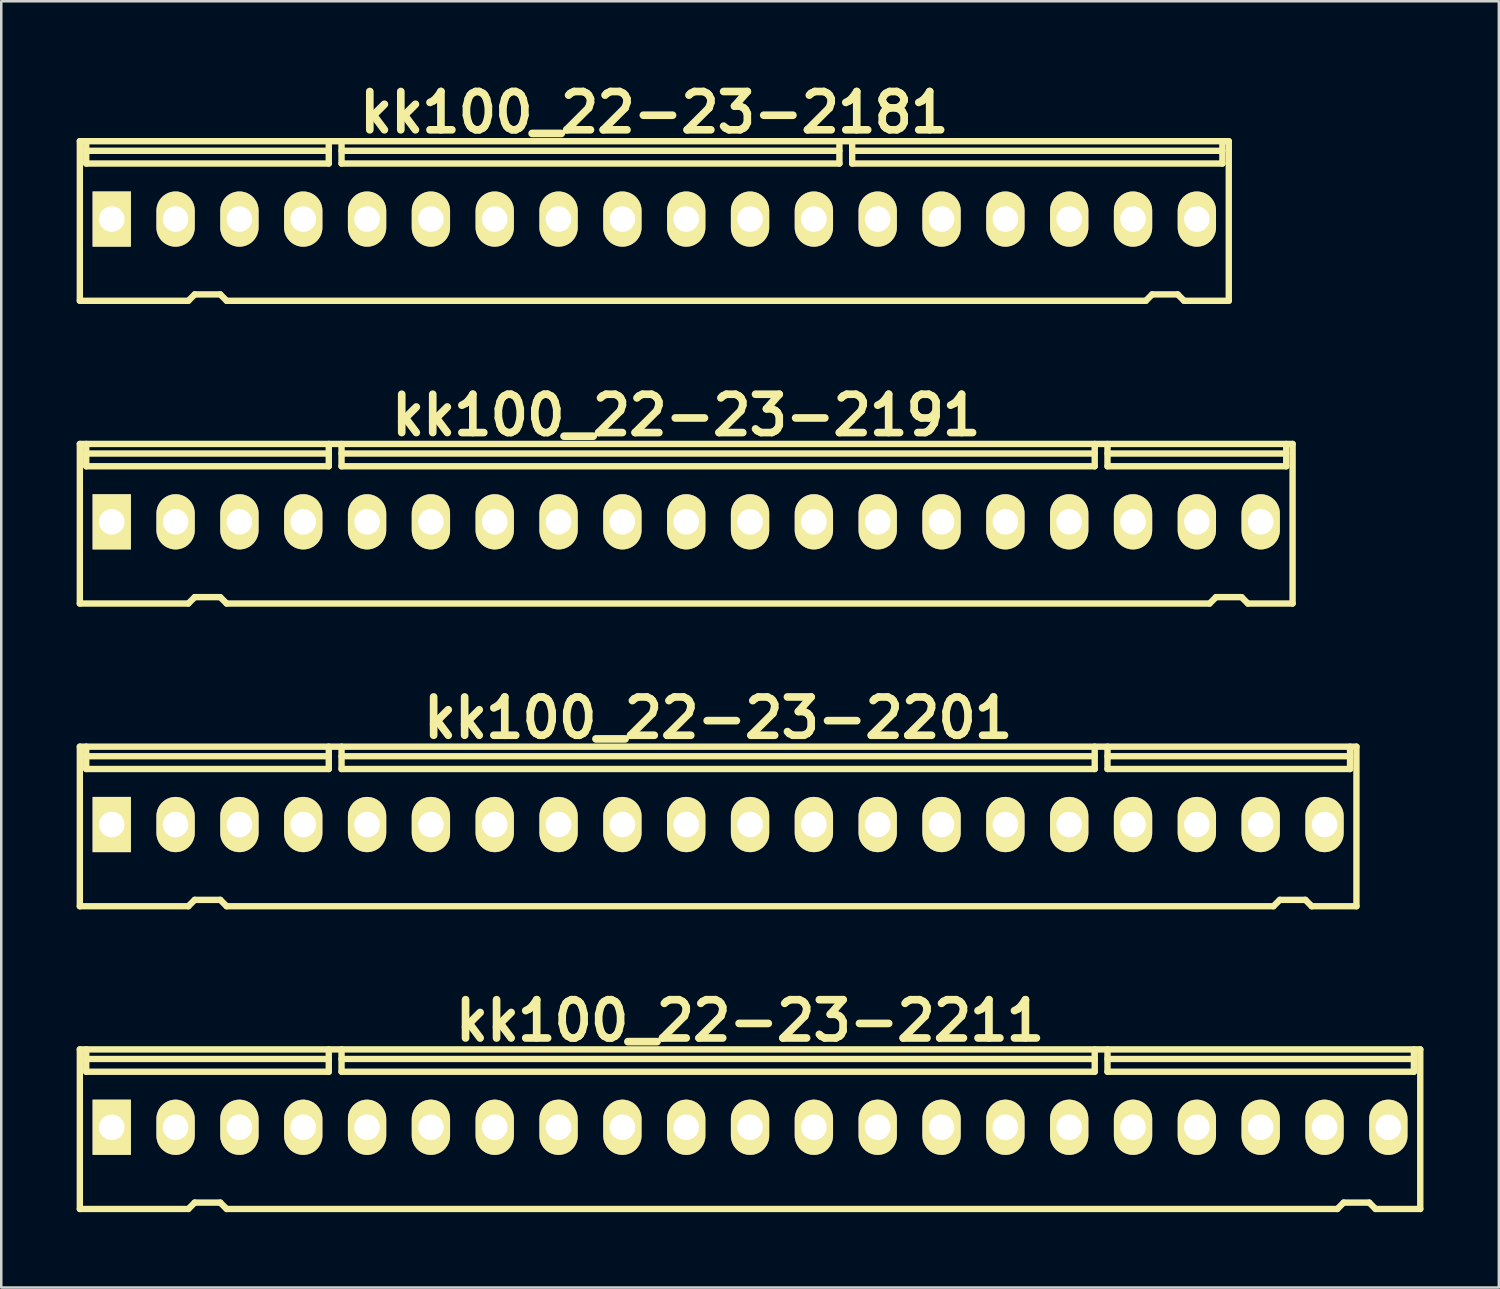
<source format=kicad_pcb>
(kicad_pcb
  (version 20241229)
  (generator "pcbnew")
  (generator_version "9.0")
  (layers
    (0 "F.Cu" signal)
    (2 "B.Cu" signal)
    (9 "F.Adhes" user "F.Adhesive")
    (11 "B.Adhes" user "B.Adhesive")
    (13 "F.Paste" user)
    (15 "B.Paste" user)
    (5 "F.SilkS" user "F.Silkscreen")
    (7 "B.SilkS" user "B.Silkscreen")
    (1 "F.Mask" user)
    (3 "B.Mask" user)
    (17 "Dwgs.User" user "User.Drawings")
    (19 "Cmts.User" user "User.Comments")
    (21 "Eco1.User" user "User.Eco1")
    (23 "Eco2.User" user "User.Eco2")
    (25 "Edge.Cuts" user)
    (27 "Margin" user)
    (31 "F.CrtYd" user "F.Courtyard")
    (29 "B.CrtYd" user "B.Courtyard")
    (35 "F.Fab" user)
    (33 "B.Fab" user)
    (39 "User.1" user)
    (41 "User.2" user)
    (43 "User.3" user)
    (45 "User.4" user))
  (footprint "kk100_22-23-2191"
    (layer "F.Cu")
    (at 24.257 17.791)
    (property "Reference" "kk100_22-23-2191" (at 0 -4.318 0) (layer "F.SilkS") (effects (font (size 1.524 1.524) (thickness 0.305))))
    (attr through_hole)
    (fp_line (start -24.13 3.175) (end -24.13 -3.175) (stroke (width 0.254) (type solid)) (layer "F.SilkS"))
    (fp_line (start -23.876 -2.286) (end -23.876 -3.175) (stroke (width 0.254) (type solid)) (layer "F.SilkS"))
    (fp_line (start -19.812 3.175) (end -24.13 3.175) (stroke (width 0.254) (type solid)) (layer "F.SilkS"))
    (fp_line (start -19.558 2.921) (end -19.812 3.175) (stroke (width 0.254) (type solid)) (layer "F.SilkS"))
    (fp_line (start -19.558 2.921) (end -18.542 2.921) (stroke (width 0.254) (type solid)) (layer "F.SilkS"))
    (fp_line (start -18.542 2.921) (end -18.288 3.175) (stroke (width 0.254) (type solid)) (layer "F.SilkS"))
    (fp_line (start -18.288 3.175) (end 20.828 3.175) (stroke (width 0.254) (type solid)) (layer "F.SilkS"))
    (fp_line (start -14.224 -2.794) (end -23.876 -2.794) (stroke (width 0.254) (type solid)) (layer "F.SilkS"))
    (fp_line (start -14.224 -2.286) (end -23.876 -2.286) (stroke (width 0.254) (type solid)) (layer "F.SilkS"))
    (fp_line (start -14.224 -2.286) (end -14.224 -3.175) (stroke (width 0.254) (type solid)) (layer "F.SilkS"))
    (fp_line (start -13.716 -2.286) (end -13.716 -3.175) (stroke (width 0.254) (type solid)) (layer "F.SilkS"))
    (fp_line (start -13.716 -2.286) (end 16.256 -2.286) (stroke (width 0.254) (type solid)) (layer "F.SilkS"))
    (fp_line (start 16.256 -2.794) (end -13.716 -2.794) (stroke (width 0.254) (type solid)) (layer "F.SilkS"))
    (fp_line (start 16.256 -2.286) (end 16.256 -3.175) (stroke (width 0.254) (type solid)) (layer "F.SilkS"))
    (fp_line (start 16.764 -2.794) (end 23.876 -2.794) (stroke (width 0.254) (type solid)) (layer "F.SilkS"))
    (fp_line (start 16.764 -2.286) (end 16.764 -3.175) (stroke (width 0.254) (type solid)) (layer "F.SilkS"))
    (fp_line (start 16.764 -2.286) (end 23.876 -2.286) (stroke (width 0.254) (type solid)) (layer "F.SilkS"))
    (fp_line (start 21.082 2.921) (end 20.828 3.175) (stroke (width 0.254) (type solid)) (layer "F.SilkS"))
    (fp_line (start 21.082 2.921) (end 22.098 2.921) (stroke (width 0.254) (type solid)) (layer "F.SilkS"))
    (fp_line (start 22.098 2.921) (end 22.352 3.175) (stroke (width 0.254) (type solid)) (layer "F.SilkS"))
    (fp_line (start 22.352 3.175) (end 24.13 3.175) (stroke (width 0.254) (type solid)) (layer "F.SilkS"))
    (fp_line (start 23.876 -2.286) (end 23.876 -3.175) (stroke (width 0.254) (type solid)) (layer "F.SilkS"))
    (fp_line (start 24.13 -3.175) (end -24.13 -3.175) (stroke (width 0.254) (type solid)) (layer "F.SilkS"))
    (fp_line (start 24.13 -3.175) (end 24.13 3.175) (stroke (width 0.254) (type solid)) (layer "F.SilkS"))
    (pad "1" thru_hole rect (at -22.86 -0.076) (size 1.524 2.197) (drill 1.016) (layers "*.Cu" "*.Mask" "F.SilkS"))
    (pad "2" thru_hole oval (at -20.32 -0.076) (size 1.524 2.197) (drill 1.016) (layers "*.Cu" "*.Mask" "F.SilkS"))
    (pad "3" thru_hole oval (at -17.78 -0.076) (size 1.524 2.197) (drill 1.016) (layers "*.Cu" "*.Mask" "F.SilkS"))
    (pad "4" thru_hole oval (at -15.24 -0.076) (size 1.524 2.197) (drill 1.016) (layers "*.Cu" "*.Mask" "F.SilkS"))
    (pad "5" thru_hole oval (at -12.7 -0.076) (size 1.524 2.197) (drill 1.016) (layers "*.Cu" "*.Mask" "F.SilkS"))
    (pad "6" thru_hole oval (at -10.16 -0.076) (size 1.524 2.197) (drill 1.016) (layers "*.Cu" "*.Mask" "F.SilkS"))
    (pad "7" thru_hole oval (at -7.62 -0.076) (size 1.524 2.197) (drill 1.016) (layers "*.Cu" "*.Mask" "F.SilkS"))
    (pad "8" thru_hole oval (at -5.08 -0.076) (size 1.524 2.197) (drill 1.016) (layers "*.Cu" "*.Mask" "F.SilkS"))
    (pad "9" thru_hole oval (at -2.54 -0.076) (size 1.524 2.197) (drill 1.016) (layers "*.Cu" "*.Mask" "F.SilkS"))
    (pad "10" thru_hole oval (at 0 -0.076) (size 1.524 2.197) (drill 1.016) (layers "*.Cu" "*.Mask" "F.SilkS"))
    (pad "11" thru_hole oval (at 2.54 -0.076) (size 1.524 2.197) (drill 1.016) (layers "*.Cu" "*.Mask" "F.SilkS"))
    (pad "12" thru_hole oval (at 5.08 -0.076) (size 1.524 2.197) (drill 1.016) (layers "*.Cu" "*.Mask" "F.SilkS"))
    (pad "13" thru_hole oval (at 7.62 -0.076) (size 1.524 2.197) (drill 1.016) (layers "*.Cu" "*.Mask" "F.SilkS"))
    (pad "14" thru_hole oval (at 10.16 -0.076) (size 1.524 2.197) (drill 1.016) (layers "*.Cu" "*.Mask" "F.SilkS"))
    (pad "15" thru_hole oval (at 12.7 -0.076) (size 1.524 2.197) (drill 1.016) (layers "*.Cu" "*.Mask" "F.SilkS"))
    (pad "16" thru_hole oval (at 15.24 -0.076) (size 1.524 2.197) (drill 1.016) (layers "*.Cu" "*.Mask" "F.SilkS"))
    (pad "17" thru_hole oval (at 17.78 -0.076) (size 1.524 2.197) (drill 1.016) (layers "*.Cu" "*.Mask" "F.SilkS"))
    (pad "18" thru_hole oval (at 20.32 -0.076) (size 1.524 2.197) (drill 1.016) (layers "*.Cu" "*.Mask" "F.SilkS"))
    (pad "19" thru_hole oval (at 22.86 -0.076) (size 1.524 2.197) (drill 1.016) (layers "*.Cu" "*.Mask" "F.SilkS")))
  (footprint "kk100_22-23-2181"
    (layer "F.Cu")
    (at 22.987 5.744)
    (property "Reference" "kk100_22-23-2181" (at 0 -4.318 0) (layer "F.SilkS") (effects (font (size 1.524 1.524) (thickness 0.305))))
    (attr through_hole)
    (fp_line (start -22.86 3.175) (end -22.86 -3.175) (stroke (width 0.254) (type solid)) (layer "F.SilkS"))
    (fp_line (start -22.606 -2.286) (end -22.606 -3.175) (stroke (width 0.254) (type solid)) (layer "F.SilkS"))
    (fp_line (start -18.542 3.175) (end -22.86 3.175) (stroke (width 0.254) (type solid)) (layer "F.SilkS"))
    (fp_line (start -18.288 2.921) (end -18.542 3.175) (stroke (width 0.254) (type solid)) (layer "F.SilkS"))
    (fp_line (start -18.288 2.921) (end -17.272 2.921) (stroke (width 0.254) (type solid)) (layer "F.SilkS"))
    (fp_line (start -17.272 2.921) (end -17.018 3.175) (stroke (width 0.254) (type solid)) (layer "F.SilkS"))
    (fp_line (start -17.018 3.175) (end 19.558 3.175) (stroke (width 0.254) (type solid)) (layer "F.SilkS"))
    (fp_line (start -12.954 -2.794) (end -22.606 -2.794) (stroke (width 0.254) (type solid)) (layer "F.SilkS"))
    (fp_line (start -12.954 -2.286) (end -22.606 -2.286) (stroke (width 0.254) (type solid)) (layer "F.SilkS"))
    (fp_line (start -12.954 -2.286) (end -12.954 -3.175) (stroke (width 0.254) (type solid)) (layer "F.SilkS"))
    (fp_line (start -12.446 -2.794) (end 7.366 -2.794) (stroke (width 0.254) (type solid)) (layer "F.SilkS"))
    (fp_line (start -12.446 -2.286) (end -12.446 -3.175) (stroke (width 0.254) (type solid)) (layer "F.SilkS"))
    (fp_line (start 7.366 -2.286) (end -12.446 -2.286) (stroke (width 0.254) (type solid)) (layer "F.SilkS"))
    (fp_line (start 7.366 -2.286) (end 7.366 -3.175) (stroke (width 0.254) (type solid)) (layer "F.SilkS"))
    (fp_line (start 7.874 -2.286) (end 7.874 -3.175) (stroke (width 0.254) (type solid)) (layer "F.SilkS"))
    (fp_line (start 7.874 -2.286) (end 22.606 -2.286) (stroke (width 0.254) (type solid)) (layer "F.SilkS"))
    (fp_line (start 19.812 2.921) (end 19.558 3.175) (stroke (width 0.254) (type solid)) (layer "F.SilkS"))
    (fp_line (start 19.812 2.921) (end 20.828 2.921) (stroke (width 0.254) (type solid)) (layer "F.SilkS"))
    (fp_line (start 20.828 2.921) (end 21.082 3.175) (stroke (width 0.254) (type solid)) (layer "F.SilkS"))
    (fp_line (start 21.082 3.175) (end 22.86 3.175) (stroke (width 0.254) (type solid)) (layer "F.SilkS"))
    (fp_line (start 22.606 -2.794) (end 7.874 -2.794) (stroke (width 0.254) (type solid)) (layer "F.SilkS"))
    (fp_line (start 22.606 -2.286) (end 22.606 -3.175) (stroke (width 0.254) (type solid)) (layer "F.SilkS"))
    (fp_line (start 22.86 -3.175) (end -22.86 -3.175) (stroke (width 0.254) (type solid)) (layer "F.SilkS"))
    (fp_line (start 22.86 -3.175) (end 22.86 3.175) (stroke (width 0.254) (type solid)) (layer "F.SilkS"))
    (pad "1" thru_hole rect (at -21.59 -0.076) (size 1.524 2.197) (drill 1.016) (layers "*.Cu" "*.Mask" "F.SilkS"))
    (pad "2" thru_hole oval (at -19.05 -0.076) (size 1.524 2.197) (drill 1.016) (layers "*.Cu" "*.Mask" "F.SilkS"))
    (pad "3" thru_hole oval (at -16.51 -0.076) (size 1.524 2.197) (drill 1.016) (layers "*.Cu" "*.Mask" "F.SilkS"))
    (pad "4" thru_hole oval (at -13.97 -0.076) (size 1.524 2.197) (drill 1.016) (layers "*.Cu" "*.Mask" "F.SilkS"))
    (pad "5" thru_hole oval (at -11.43 -0.076) (size 1.524 2.197) (drill 1.016) (layers "*.Cu" "*.Mask" "F.SilkS"))
    (pad "6" thru_hole oval (at -8.89 -0.076) (size 1.524 2.197) (drill 1.016) (layers "*.Cu" "*.Mask" "F.SilkS"))
    (pad "7" thru_hole oval (at -6.35 -0.076) (size 1.524 2.197) (drill 1.016) (layers "*.Cu" "*.Mask" "F.SilkS"))
    (pad "8" thru_hole oval (at -3.81 -0.076) (size 1.524 2.197) (drill 1.016) (layers "*.Cu" "*.Mask" "F.SilkS"))
    (pad "9" thru_hole oval (at -1.27 -0.076) (size 1.524 2.197) (drill 1.016) (layers "*.Cu" "*.Mask" "F.SilkS"))
    (pad "10" thru_hole oval (at 1.27 -0.076) (size 1.524 2.197) (drill 1.016) (layers "*.Cu" "*.Mask" "F.SilkS"))
    (pad "11" thru_hole oval (at 3.81 -0.076) (size 1.524 2.197) (drill 1.016) (layers "*.Cu" "*.Mask" "F.SilkS"))
    (pad "12" thru_hole oval (at 6.35 -0.076) (size 1.524 2.197) (drill 1.016) (layers "*.Cu" "*.Mask" "F.SilkS"))
    (pad "13" thru_hole oval (at 8.89 -0.076) (size 1.524 2.197) (drill 1.016) (layers "*.Cu" "*.Mask" "F.SilkS"))
    (pad "14" thru_hole oval (at 11.43 -0.076) (size 1.524 2.197) (drill 1.016) (layers "*.Cu" "*.Mask" "F.SilkS"))
    (pad "15" thru_hole oval (at 13.97 -0.076) (size 1.524 2.197) (drill 1.016) (layers "*.Cu" "*.Mask" "F.SilkS"))
    (pad "16" thru_hole oval (at 16.51 -0.076) (size 1.524 2.197) (drill 1.016) (layers "*.Cu" "*.Mask" "F.SilkS"))
    (pad "17" thru_hole oval (at 19.05 -0.076) (size 1.524 2.197) (drill 1.016) (layers "*.Cu" "*.Mask" "F.SilkS"))
    (pad "18" thru_hole oval (at 21.59 -0.076) (size 1.524 2.197) (drill 1.016) (layers "*.Cu" "*.Mask" "F.SilkS")))
  (footprint "kk100_22-23-2211"
    (layer "F.Cu")
    (at 26.797 41.884)
    (property "Reference" "kk100_22-23-2211" (at 0 -4.318 0) (layer "F.SilkS") (effects (font (size 1.524 1.524) (thickness 0.305))))
    (attr through_hole)
    (fp_line (start -26.67 3.175) (end -26.67 -3.175) (stroke (width 0.254) (type solid)) (layer "F.SilkS"))
    (fp_line (start -26.416 -2.286) (end -26.416 -3.175) (stroke (width 0.254) (type solid)) (layer "F.SilkS"))
    (fp_line (start -22.352 3.175) (end -26.67 3.175) (stroke (width 0.254) (type solid)) (layer "F.SilkS"))
    (fp_line (start -22.098 2.921) (end -22.352 3.175) (stroke (width 0.254) (type solid)) (layer "F.SilkS"))
    (fp_line (start -22.098 2.921) (end -21.082 2.921) (stroke (width 0.254) (type solid)) (layer "F.SilkS"))
    (fp_line (start -21.082 2.921) (end -20.828 3.175) (stroke (width 0.254) (type solid)) (layer "F.SilkS"))
    (fp_line (start -20.828 3.175) (end 23.368 3.175) (stroke (width 0.254) (type solid)) (layer "F.SilkS"))
    (fp_line (start -16.764 -2.794) (end -26.416 -2.794) (stroke (width 0.254) (type solid)) (layer "F.SilkS"))
    (fp_line (start -16.764 -2.286) (end -26.416 -2.286) (stroke (width 0.254) (type solid)) (layer "F.SilkS"))
    (fp_line (start -16.764 -2.286) (end -16.764 -3.175) (stroke (width 0.254) (type solid)) (layer "F.SilkS"))
    (fp_line (start -16.256 -2.286) (end -16.256 -3.175) (stroke (width 0.254) (type solid)) (layer "F.SilkS"))
    (fp_line (start -16.256 -2.286) (end 13.716 -2.286) (stroke (width 0.254) (type solid)) (layer "F.SilkS"))
    (fp_line (start 13.716 -2.794) (end -16.256 -2.794) (stroke (width 0.254) (type solid)) (layer "F.SilkS"))
    (fp_line (start 13.716 -2.286) (end 13.716 -3.175) (stroke (width 0.254) (type solid)) (layer "F.SilkS"))
    (fp_line (start 14.224 -2.794) (end 26.416 -2.794) (stroke (width 0.254) (type solid)) (layer "F.SilkS"))
    (fp_line (start 14.224 -2.286) (end 14.224 -3.175) (stroke (width 0.254) (type solid)) (layer "F.SilkS"))
    (fp_line (start 23.622 2.921) (end 23.368 3.175) (stroke (width 0.254) (type solid)) (layer "F.SilkS"))
    (fp_line (start 23.622 2.921) (end 24.638 2.921) (stroke (width 0.254) (type solid)) (layer "F.SilkS"))
    (fp_line (start 24.638 2.921) (end 24.892 3.175) (stroke (width 0.254) (type solid)) (layer "F.SilkS"))
    (fp_line (start 24.892 3.175) (end 26.67 3.175) (stroke (width 0.254) (type solid)) (layer "F.SilkS"))
    (fp_line (start 26.416 -2.286) (end 14.224 -2.286) (stroke (width 0.254) (type solid)) (layer "F.SilkS"))
    (fp_line (start 26.416 -2.286) (end 26.416 -3.175) (stroke (width 0.254) (type solid)) (layer "F.SilkS"))
    (fp_line (start 26.67 -3.175) (end -26.67 -3.175) (stroke (width 0.254) (type solid)) (layer "F.SilkS"))
    (fp_line (start 26.67 -3.175) (end 26.67 3.175) (stroke (width 0.254) (type solid)) (layer "F.SilkS"))
    (pad "1" thru_hole rect (at -25.4 -0.076) (size 1.524 2.197) (drill 1.016) (layers "*.Cu" "*.Mask" "F.SilkS"))
    (pad "2" thru_hole oval (at -22.86 -0.076) (size 1.524 2.197) (drill 1.016) (layers "*.Cu" "*.Mask" "F.SilkS"))
    (pad "3" thru_hole oval (at -20.32 -0.076) (size 1.524 2.197) (drill 1.016) (layers "*.Cu" "*.Mask" "F.SilkS"))
    (pad "4" thru_hole oval (at -17.78 -0.076) (size 1.524 2.197) (drill 1.016) (layers "*.Cu" "*.Mask" "F.SilkS"))
    (pad "5" thru_hole oval (at -15.24 -0.076) (size 1.524 2.197) (drill 1.016) (layers "*.Cu" "*.Mask" "F.SilkS"))
    (pad "6" thru_hole oval (at -12.7 -0.076) (size 1.524 2.197) (drill 1.016) (layers "*.Cu" "*.Mask" "F.SilkS"))
    (pad "7" thru_hole oval (at -10.16 -0.076) (size 1.524 2.197) (drill 1.016) (layers "*.Cu" "*.Mask" "F.SilkS"))
    (pad "8" thru_hole oval (at -7.62 -0.076) (size 1.524 2.197) (drill 1.016) (layers "*.Cu" "*.Mask" "F.SilkS"))
    (pad "9" thru_hole oval (at -5.08 -0.076) (size 1.524 2.197) (drill 1.016) (layers "*.Cu" "*.Mask" "F.SilkS"))
    (pad "10" thru_hole oval (at -2.54 -0.076) (size 1.524 2.197) (drill 1.016) (layers "*.Cu" "*.Mask" "F.SilkS"))
    (pad "11" thru_hole oval (at 0 -0.076) (size 1.524 2.197) (drill 1.016) (layers "*.Cu" "*.Mask" "F.SilkS"))
    (pad "12" thru_hole oval (at 2.54 -0.076) (size 1.524 2.197) (drill 1.016) (layers "*.Cu" "*.Mask" "F.SilkS"))
    (pad "13" thru_hole oval (at 5.08 -0.076) (size 1.524 2.197) (drill 1.016) (layers "*.Cu" "*.Mask" "F.SilkS"))
    (pad "14" thru_hole oval (at 7.62 -0.076) (size 1.524 2.197) (drill 1.016) (layers "*.Cu" "*.Mask" "F.SilkS"))
    (pad "15" thru_hole oval (at 10.16 -0.076) (size 1.524 2.197) (drill 1.016) (layers "*.Cu" "*.Mask" "F.SilkS"))
    (pad "16" thru_hole oval (at 12.7 -0.076) (size 1.524 2.197) (drill 1.016) (layers "*.Cu" "*.Mask" "F.SilkS"))
    (pad "17" thru_hole oval (at 15.24 -0.076) (size 1.524 2.197) (drill 1.016) (layers "*.Cu" "*.Mask" "F.SilkS"))
    (pad "18" thru_hole oval (at 17.78 -0.076) (size 1.524 2.197) (drill 1.016) (layers "*.Cu" "*.Mask" "F.SilkS"))
    (pad "19" thru_hole oval (at 20.32 -0.076) (size 1.524 2.197) (drill 1.016) (layers "*.Cu" "*.Mask" "F.SilkS"))
    (pad "20" thru_hole oval (at 22.86 -0.076) (size 1.524 2.197) (drill 1.016) (layers "*.Cu" "*.Mask" "F.SilkS"))
    (pad "21" thru_hole oval (at 25.4 -0.076) (size 1.524 2.197) (drill 1.016) (layers "*.Cu" "*.Mask" "F.SilkS")))
  (footprint "kk100_22-23-2201"
    (layer "F.Cu")
    (at 25.527 29.837)
    (property "Reference" "kk100_22-23-2201" (at 0 -4.318 0) (layer "F.SilkS") (effects (font (size 1.524 1.524) (thickness 0.305))))
    (attr through_hole)
    (fp_line (start -25.4 3.175) (end -25.4 -3.175) (stroke (width 0.254) (type solid)) (layer "F.SilkS"))
    (fp_line (start -25.146 -2.286) (end -25.146 -3.175) (stroke (width 0.254) (type solid)) (layer "F.SilkS"))
    (fp_line (start -21.082 3.175) (end -25.4 3.175) (stroke (width 0.254) (type solid)) (layer "F.SilkS"))
    (fp_line (start -20.828 2.921) (end -21.082 3.175) (stroke (width 0.254) (type solid)) (layer "F.SilkS"))
    (fp_line (start -20.828 2.921) (end -19.812 2.921) (stroke (width 0.254) (type solid)) (layer "F.SilkS"))
    (fp_line (start -19.812 2.921) (end -19.558 3.175) (stroke (width 0.254) (type solid)) (layer "F.SilkS"))
    (fp_line (start -19.558 3.175) (end 22.098 3.175) (stroke (width 0.254) (type solid)) (layer "F.SilkS"))
    (fp_line (start -15.494 -2.794) (end -25.146 -2.794) (stroke (width 0.254) (type solid)) (layer "F.SilkS"))
    (fp_line (start -15.494 -2.286) (end -25.146 -2.286) (stroke (width 0.254) (type solid)) (layer "F.SilkS"))
    (fp_line (start -15.494 -2.286) (end -15.494 -3.175) (stroke (width 0.254) (type solid)) (layer "F.SilkS"))
    (fp_line (start -14.986 -2.286) (end -14.986 -3.175) (stroke (width 0.254) (type solid)) (layer "F.SilkS"))
    (fp_line (start -14.986 -2.286) (end 14.986 -2.286) (stroke (width 0.254) (type solid)) (layer "F.SilkS"))
    (fp_line (start 14.986 -2.794) (end -14.986 -2.794) (stroke (width 0.254) (type solid)) (layer "F.SilkS"))
    (fp_line (start 14.986 -2.286) (end 14.986 -3.175) (stroke (width 0.254) (type solid)) (layer "F.SilkS"))
    (fp_line (start 15.494 -2.794) (end 25.146 -2.794) (stroke (width 0.254) (type solid)) (layer "F.SilkS"))
    (fp_line (start 15.494 -2.286) (end 15.494 -3.175) (stroke (width 0.254) (type solid)) (layer "F.SilkS"))
    (fp_line (start 15.494 -2.286) (end 25.146 -2.286) (stroke (width 0.254) (type solid)) (layer "F.SilkS"))
    (fp_line (start 22.352 2.921) (end 22.098 3.175) (stroke (width 0.254) (type solid)) (layer "F.SilkS"))
    (fp_line (start 22.352 2.921) (end 23.368 2.921) (stroke (width 0.254) (type solid)) (layer "F.SilkS"))
    (fp_line (start 23.368 2.921) (end 23.622 3.175) (stroke (width 0.254) (type solid)) (layer "F.SilkS"))
    (fp_line (start 23.622 3.175) (end 25.4 3.175) (stroke (width 0.254) (type solid)) (layer "F.SilkS"))
    (fp_line (start 25.146 -2.286) (end 25.146 -3.175) (stroke (width 0.254) (type solid)) (layer "F.SilkS"))
    (fp_line (start 25.4 -3.175) (end -25.4 -3.175) (stroke (width 0.254) (type solid)) (layer "F.SilkS"))
    (fp_line (start 25.4 -3.175) (end 25.4 3.175) (stroke (width 0.254) (type solid)) (layer "F.SilkS"))
    (pad "1" thru_hole rect (at -24.13 -0.076) (size 1.524 2.197) (drill 1.016) (layers "*.Cu" "*.Mask" "F.SilkS"))
    (pad "2" thru_hole oval (at -21.59 -0.076) (size 1.524 2.197) (drill 1.016) (layers "*.Cu" "*.Mask" "F.SilkS"))
    (pad "3" thru_hole oval (at -19.05 -0.076) (size 1.524 2.197) (drill 1.016) (layers "*.Cu" "*.Mask" "F.SilkS"))
    (pad "4" thru_hole oval (at -16.51 -0.076) (size 1.524 2.197) (drill 1.016) (layers "*.Cu" "*.Mask" "F.SilkS"))
    (pad "5" thru_hole oval (at -13.97 -0.076) (size 1.524 2.197) (drill 1.016) (layers "*.Cu" "*.Mask" "F.SilkS"))
    (pad "6" thru_hole oval (at -11.43 -0.076) (size 1.524 2.197) (drill 1.016) (layers "*.Cu" "*.Mask" "F.SilkS"))
    (pad "7" thru_hole oval (at -8.89 -0.076) (size 1.524 2.197) (drill 1.016) (layers "*.Cu" "*.Mask" "F.SilkS"))
    (pad "8" thru_hole oval (at -6.35 -0.076) (size 1.524 2.197) (drill 1.016) (layers "*.Cu" "*.Mask" "F.SilkS"))
    (pad "9" thru_hole oval (at -3.81 -0.076) (size 1.524 2.197) (drill 1.016) (layers "*.Cu" "*.Mask" "F.SilkS"))
    (pad "10" thru_hole oval (at -1.27 -0.076) (size 1.524 2.197) (drill 1.016) (layers "*.Cu" "*.Mask" "F.SilkS"))
    (pad "11" thru_hole oval (at 1.27 -0.076) (size 1.524 2.197) (drill 1.016) (layers "*.Cu" "*.Mask" "F.SilkS"))
    (pad "12" thru_hole oval (at 3.81 -0.076) (size 1.524 2.197) (drill 1.016) (layers "*.Cu" "*.Mask" "F.SilkS"))
    (pad "13" thru_hole oval (at 6.35 -0.076) (size 1.524 2.197) (drill 1.016) (layers "*.Cu" "*.Mask" "F.SilkS"))
    (pad "14" thru_hole oval (at 8.89 -0.076) (size 1.524 2.197) (drill 1.016) (layers "*.Cu" "*.Mask" "F.SilkS"))
    (pad "15" thru_hole oval (at 11.43 -0.076) (size 1.524 2.197) (drill 1.016) (layers "*.Cu" "*.Mask" "F.SilkS"))
    (pad "16" thru_hole oval (at 13.97 -0.076) (size 1.524 2.197) (drill 1.016) (layers "*.Cu" "*.Mask" "F.SilkS"))
    (pad "17" thru_hole oval (at 16.51 -0.076) (size 1.524 2.197) (drill 1.016) (layers "*.Cu" "*.Mask" "F.SilkS"))
    (pad "18" thru_hole oval (at 19.05 -0.076) (size 1.524 2.197) (drill 1.016) (layers "*.Cu" "*.Mask" "F.SilkS"))
    (pad "19" thru_hole oval (at 21.59 -0.076) (size 1.524 2.197) (drill 1.016) (layers "*.Cu" "*.Mask" "F.SilkS"))
    (pad "20" thru_hole oval (at 24.13 -0.076) (size 1.524 2.197) (drill 1.016) (layers "*.Cu" "*.Mask" "F.SilkS")))
  (gr_rect
    (start -3 -3)
    (end 56.594 48.186)
    (stroke (width 0.1) (type default))
    (fill no)
    (layer "Edge.Cuts")))
</source>
